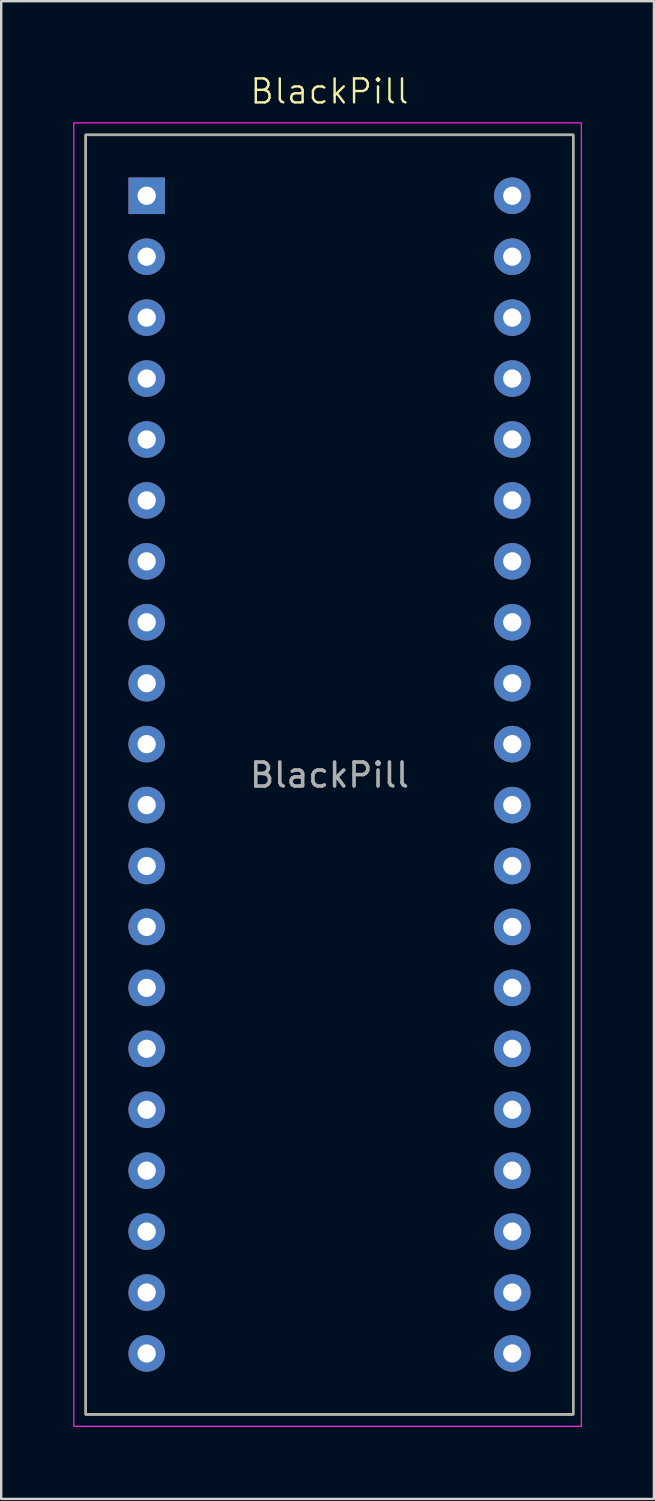
<source format=kicad_pcb>
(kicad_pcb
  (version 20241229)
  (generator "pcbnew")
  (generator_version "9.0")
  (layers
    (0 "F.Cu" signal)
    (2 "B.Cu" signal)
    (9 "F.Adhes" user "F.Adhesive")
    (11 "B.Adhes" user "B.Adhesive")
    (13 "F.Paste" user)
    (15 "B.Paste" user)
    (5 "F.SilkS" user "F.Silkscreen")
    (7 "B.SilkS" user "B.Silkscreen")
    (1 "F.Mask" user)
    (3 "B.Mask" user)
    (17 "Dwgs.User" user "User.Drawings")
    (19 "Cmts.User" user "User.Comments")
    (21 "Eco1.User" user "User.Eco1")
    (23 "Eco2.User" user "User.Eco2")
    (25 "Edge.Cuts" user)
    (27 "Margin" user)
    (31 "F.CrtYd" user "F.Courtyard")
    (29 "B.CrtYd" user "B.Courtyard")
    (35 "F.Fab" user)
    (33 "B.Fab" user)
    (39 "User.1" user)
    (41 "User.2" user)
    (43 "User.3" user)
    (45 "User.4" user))
  (footprint "BlackPill"
    (layer "F.Cu")
    (at 10.685 29.261)
    (property "Reference" "BlackPill" (at 0 -28.5 0) (unlocked yes) (layer "F.SilkS") (effects (font (size 1 1) (thickness 0.1))))
    (attr through_hole)
    (fp_rect (start -10.16 -26.69) (end 10.16 26.65) (stroke (width 0.1) (type default)) (fill no) (layer "F.SilkS"))
    (fp_rect (start -10.66 -27.19) (end 10.5 27.15) (stroke (width 0.05) (type default)) (fill no) (layer "F.CrtYd"))
    (fp_rect (start -10.16 -26.69) (end 10.16 26.65) (stroke (width 0.1) (type default)) (fill no) (layer "F.Fab"))
    (fp_text user "${REFERENCE}" (at 0 0 0) (unlocked yes) (layer "F.Fab") (effects (font (size 1 1) (thickness 0.15))))
    (pad "1" thru_hole rect (at -7.62 -24.15) (size 1.524 1.524) (drill 0.762) (layers "*.Cu" "*.Mask"))
    (pad "2" thru_hole circle (at -7.62 -21.61) (size 1.524 1.524) (drill 0.762) (layers "*.Cu" "*.Mask"))
    (pad "3" thru_hole circle (at -7.62 -19.07) (size 1.524 1.524) (drill 0.762) (layers "*.Cu" "*.Mask"))
    (pad "4" thru_hole circle (at -7.62 -16.53) (size 1.524 1.524) (drill 0.762) (layers "*.Cu" "*.Mask"))
    (pad "5" thru_hole circle (at -7.62 -13.99) (size 1.524 1.524) (drill 0.762) (layers "*.Cu" "*.Mask"))
    (pad "6" thru_hole circle (at -7.62 -11.45) (size 1.524 1.524) (drill 0.762) (layers "*.Cu" "*.Mask"))
    (pad "7" thru_hole circle (at -7.62 -8.91) (size 1.524 1.524) (drill 0.762) (layers "*.Cu" "*.Mask"))
    (pad "8" thru_hole circle (at -7.62 -6.37) (size 1.524 1.524) (drill 0.762) (layers "*.Cu" "*.Mask"))
    (pad "9" thru_hole circle (at -7.62 -3.83) (size 1.524 1.524) (drill 0.762) (layers "*.Cu" "*.Mask"))
    (pad "10" thru_hole circle (at -7.62 -1.29) (size 1.524 1.524) (drill 0.762) (layers "*.Cu" "*.Mask"))
    (pad "11" thru_hole circle (at -7.62 1.25) (size 1.524 1.524) (drill 0.762) (layers "*.Cu" "*.Mask"))
    (pad "12" thru_hole circle (at -7.62 3.79) (size 1.524 1.524) (drill 0.762) (layers "*.Cu" "*.Mask"))
    (pad "13" thru_hole circle (at -7.62 6.33) (size 1.524 1.524) (drill 0.762) (layers "*.Cu" "*.Mask"))
    (pad "14" thru_hole circle (at -7.62 8.87) (size 1.524 1.524) (drill 0.762) (layers "*.Cu" "*.Mask"))
    (pad "15" thru_hole circle (at -7.62 11.41) (size 1.524 1.524) (drill 0.762) (layers "*.Cu" "*.Mask"))
    (pad "16" thru_hole circle (at -7.62 13.95) (size 1.524 1.524) (drill 0.762) (layers "*.Cu" "*.Mask"))
    (pad "17" thru_hole circle (at -7.62 16.49) (size 1.524 1.524) (drill 0.762) (layers "*.Cu" "*.Mask"))
    (pad "18" thru_hole circle (at -7.62 19.03) (size 1.524 1.524) (drill 0.762) (layers "*.Cu" "*.Mask"))
    (pad "19" thru_hole circle (at -7.62 21.57) (size 1.524 1.524) (drill 0.762) (layers "*.Cu" "*.Mask"))
    (pad "20" thru_hole circle (at -7.62 24.11) (size 1.524 1.524) (drill 0.762) (layers "*.Cu" "*.Mask"))
    (pad "21" thru_hole circle (at 7.62 24.11) (size 1.524 1.524) (drill 0.762) (layers "*.Cu" "*.Mask"))
    (pad "22" thru_hole circle (at 7.62 21.57) (size 1.524 1.524) (drill 0.762) (layers "*.Cu" "*.Mask"))
    (pad "23" thru_hole circle (at 7.62 19.03) (size 1.524 1.524) (drill 0.762) (layers "*.Cu" "*.Mask"))
    (pad "24" thru_hole circle (at 7.62 16.49) (size 1.524 1.524) (drill 0.762) (layers "*.Cu" "*.Mask"))
    (pad "25" thru_hole circle (at 7.62 13.95) (size 1.524 1.524) (drill 0.762) (layers "*.Cu" "*.Mask"))
    (pad "26" thru_hole circle (at 7.62 11.41) (size 1.524 1.524) (drill 0.762) (layers "*.Cu" "*.Mask"))
    (pad "27" thru_hole circle (at 7.62 8.87) (size 1.524 1.524) (drill 0.762) (layers "*.Cu" "*.Mask"))
    (pad "28" thru_hole circle (at 7.62 6.33) (size 1.524 1.524) (drill 0.762) (layers "*.Cu" "*.Mask"))
    (pad "29" thru_hole circle (at 7.62 3.79) (size 1.524 1.524) (drill 0.762) (layers "*.Cu" "*.Mask"))
    (pad "30" thru_hole circle (at 7.62 1.25) (size 1.524 1.524) (drill 0.762) (layers "*.Cu" "*.Mask"))
    (pad "31" thru_hole circle (at 7.62 -1.29) (size 1.524 1.524) (drill 0.762) (layers "*.Cu" "*.Mask"))
    (pad "32" thru_hole circle (at 7.62 -3.83) (size 1.524 1.524) (drill 0.762) (layers "*.Cu" "*.Mask"))
    (pad "33" thru_hole circle (at 7.62 -6.37) (size 1.524 1.524) (drill 0.762) (layers "*.Cu" "*.Mask"))
    (pad "34" thru_hole circle (at 7.62 -8.91) (size 1.524 1.524) (drill 0.762) (layers "*.Cu" "*.Mask"))
    (pad "35" thru_hole circle (at 7.62 -11.45) (size 1.524 1.524) (drill 0.762) (layers "*.Cu" "*.Mask"))
    (pad "36" thru_hole circle (at 7.62 -13.99) (size 1.524 1.524) (drill 0.762) (layers "*.Cu" "*.Mask"))
    (pad "37" thru_hole circle (at 7.62 -16.53) (size 1.524 1.524) (drill 0.762) (layers "*.Cu" "*.Mask"))
    (pad "38" thru_hole circle (at 7.62 -19.07) (size 1.524 1.524) (drill 0.762) (layers "*.Cu" "*.Mask"))
    (pad "39" thru_hole circle (at 7.62 -21.61) (size 1.524 1.524) (drill 0.762) (layers "*.Cu" "*.Mask"))
    (pad "40" thru_hole circle (at 7.62 -24.15) (size 1.524 1.524) (drill 0.762) (layers "*.Cu" "*.Mask")))
  (gr_rect
    (start -3 -3)
    (end 24.21 59.435)
    (stroke (width 0.1) (type default))
    (fill no)
    (layer "Edge.Cuts")))
</source>
